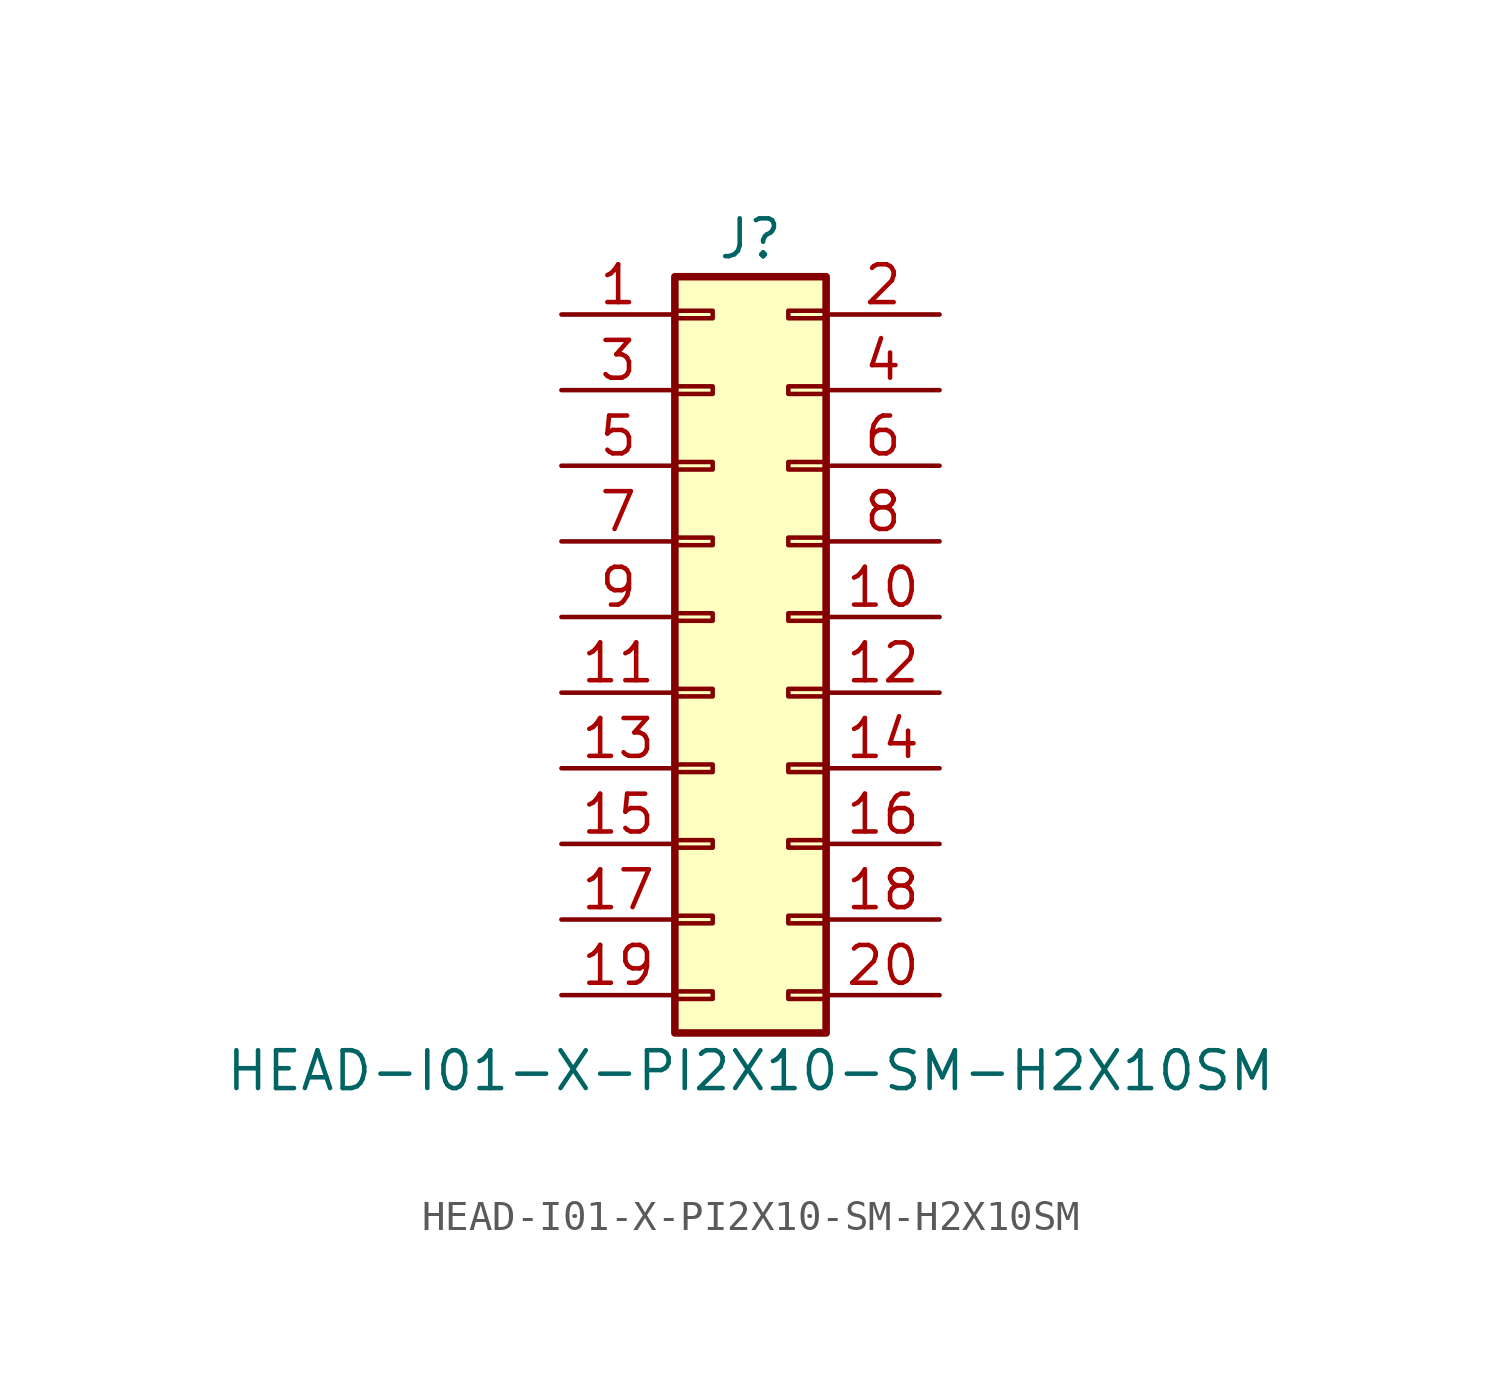
<source format=kicad_sym>
(kicad_symbol_lib
  (version 20211014)
  (generator kicad_symbol_editor)
  (symbol "HEAD-I01-X-PI2X10-SM-H2X10SM"
    (pin_names
      (offset 1.016) hide)
    (property "Reference" "J"
      (at 1.27 12.7 0)
      (effects (font (size 1.27 1.27))))
    (property "Value" "HEAD-I01-X-PI2X10-SM-H2X10SM"
      (at 1.27 -15.24 0)
      (effects (font (size 1.27 1.27))))
    (symbol "HEAD-I01-X-PI2X10-SM-H2X10SM_1_1"
      (rectangle (start -1.27 -12.573) (end 0 -12.827) (stroke (width 0.152) (type default) (color 0 0 0 0)) (fill (type none)))
      (rectangle (start -1.27 -10.033) (end 0 -10.287) (stroke (width 0.152) (type default) (color 0 0 0 0)) (fill (type none)))
      (rectangle (start -1.27 -7.493) (end 0 -7.747) (stroke (width 0.152) (type default) (color 0 0 0 0)) (fill (type none)))
      (rectangle (start -1.27 -4.953) (end 0 -5.207) (stroke (width 0.152) (type default) (color 0 0 0 0)) (fill (type none)))
      (rectangle (start -1.27 -2.413) (end 0 -2.667) (stroke (width 0.152) (type default) (color 0 0 0 0)) (fill (type none)))
      (rectangle (start -1.27 0.127) (end 0 -0.127) (stroke (width 0.152) (type default) (color 0 0 0 0)) (fill (type none)))
      (rectangle (start -1.27 2.667) (end 0 2.413) (stroke (width 0.152) (type default) (color 0 0 0 0)) (fill (type none)))
      (rectangle (start -1.27 5.207) (end 0 4.953) (stroke (width 0.152) (type default) (color 0 0 0 0)) (fill (type none)))
      (rectangle (start -1.27 7.747) (end 0 7.493) (stroke (width 0.152) (type default) (color 0 0 0 0)) (fill (type none)))
      (rectangle (start -1.27 10.287) (end 0 10.033) (stroke (width 0.152) (type default) (color 0 0 0 0)) (fill (type none)))
      (rectangle (start -1.27 11.43) (end 3.81 -13.97) (stroke (width 0.254) (type default) (color 0 0 0 0)) (fill (type background)))
      (rectangle (start 3.81 -12.573) (end 2.54 -12.827) (stroke (width 0.152) (type default) (color 0 0 0 0)) (fill (type none)))
      (rectangle (start 3.81 -10.033) (end 2.54 -10.287) (stroke (width 0.152) (type default) (color 0 0 0 0)) (fill (type none)))
      (rectangle (start 3.81 -7.493) (end 2.54 -7.747) (stroke (width 0.152) (type default) (color 0 0 0 0)) (fill (type none)))
      (rectangle (start 3.81 -4.953) (end 2.54 -5.207) (stroke (width 0.152) (type default) (color 0 0 0 0)) (fill (type none)))
      (rectangle (start 3.81 -2.413) (end 2.54 -2.667) (stroke (width 0.152) (type default) (color 0 0 0 0)) (fill (type none)))
      (rectangle (start 3.81 0.127) (end 2.54 -0.127) (stroke (width 0.152) (type default) (color 0 0 0 0)) (fill (type none)))
      (rectangle (start 3.81 2.667) (end 2.54 2.413) (stroke (width 0.152) (type default) (color 0 0 0 0)) (fill (type none)))
      (rectangle (start 3.81 5.207) (end 2.54 4.953) (stroke (width 0.152) (type default) (color 0 0 0 0)) (fill (type none)))
      (rectangle (start 3.81 7.747) (end 2.54 7.493) (stroke (width 0.152) (type default) (color 0 0 0 0)) (fill (type none)))
      (rectangle (start 3.81 10.287) (end 2.54 10.033) (stroke (width 0.152) (type default) (color 0 0 0 0)) (fill (type none)))
      (pin passive line (at -5.08 10.16 0) (length 3.81) (name "Pin_1" (effects (font (size 1.27 1.27)))) (number "1" (effects (font (size 1.27 1.27)))))
      (pin passive line (at 7.62 0 180) (length 3.81) (name "Pin_10" (effects (font (size 1.27 1.27)))) (number "10" (effects (font (size 1.27 1.27)))))
      (pin passive line (at -5.08 -2.54 0) (length 3.81) (name "Pin_11" (effects (font (size 1.27 1.27)))) (number "11" (effects (font (size 1.27 1.27)))))
      (pin passive line (at 7.62 -2.54 180) (length 3.81) (name "Pin_12" (effects (font (size 1.27 1.27)))) (number "12" (effects (font (size 1.27 1.27)))))
      (pin passive line (at -5.08 -5.08 0) (length 3.81) (name "Pin_13" (effects (font (size 1.27 1.27)))) (number "13" (effects (font (size 1.27 1.27)))))
      (pin passive line (at 7.62 -5.08 180) (length 3.81) (name "Pin_14" (effects (font (size 1.27 1.27)))) (number "14" (effects (font (size 1.27 1.27)))))
      (pin passive line (at -5.08 -7.62 0) (length 3.81) (name "Pin_15" (effects (font (size 1.27 1.27)))) (number "15" (effects (font (size 1.27 1.27)))))
      (pin passive line (at 7.62 -7.62 180) (length 3.81) (name "Pin_16" (effects (font (size 1.27 1.27)))) (number "16" (effects (font (size 1.27 1.27)))))
      (pin passive line (at -5.08 -10.16 0) (length 3.81) (name "Pin_17" (effects (font (size 1.27 1.27)))) (number "17" (effects (font (size 1.27 1.27)))))
      (pin passive line (at 7.62 -10.16 180) (length 3.81) (name "Pin_18" (effects (font (size 1.27 1.27)))) (number "18" (effects (font (size 1.27 1.27)))))
      (pin passive line (at -5.08 -12.7 0) (length 3.81) (name "Pin_19" (effects (font (size 1.27 1.27)))) (number "19" (effects (font (size 1.27 1.27)))))
      (pin passive line (at 7.62 10.16 180) (length 3.81) (name "Pin_2" (effects (font (size 1.27 1.27)))) (number "2" (effects (font (size 1.27 1.27)))))
      (pin passive line (at 7.62 -12.7 180) (length 3.81) (name "Pin_20" (effects (font (size 1.27 1.27)))) (number "20" (effects (font (size 1.27 1.27)))))
      (pin passive line (at -5.08 7.62 0) (length 3.81) (name "Pin_3" (effects (font (size 1.27 1.27)))) (number "3" (effects (font (size 1.27 1.27)))))
      (pin passive line (at 7.62 7.62 180) (length 3.81) (name "Pin_4" (effects (font (size 1.27 1.27)))) (number "4" (effects (font (size 1.27 1.27)))))
      (pin passive line (at -5.08 5.08 0) (length 3.81) (name "Pin_5" (effects (font (size 1.27 1.27)))) (number "5" (effects (font (size 1.27 1.27)))))
      (pin passive line (at 7.62 5.08 180) (length 3.81) (name "Pin_6" (effects (font (size 1.27 1.27)))) (number "6" (effects (font (size 1.27 1.27)))))
      (pin passive line (at -5.08 2.54 0) (length 3.81) (name "Pin_7" (effects (font (size 1.27 1.27)))) (number "7" (effects (font (size 1.27 1.27)))))
      (pin passive line (at 7.62 2.54 180) (length 3.81) (name "Pin_8" (effects (font (size 1.27 1.27)))) (number "8" (effects (font (size 1.27 1.27)))))
      (pin passive line (at -5.08 0 0) (length 3.81) (name "Pin_9" (effects (font (size 1.27 1.27)))) (number "9" (effects (font (size 1.27 1.27))))))))
</source>
